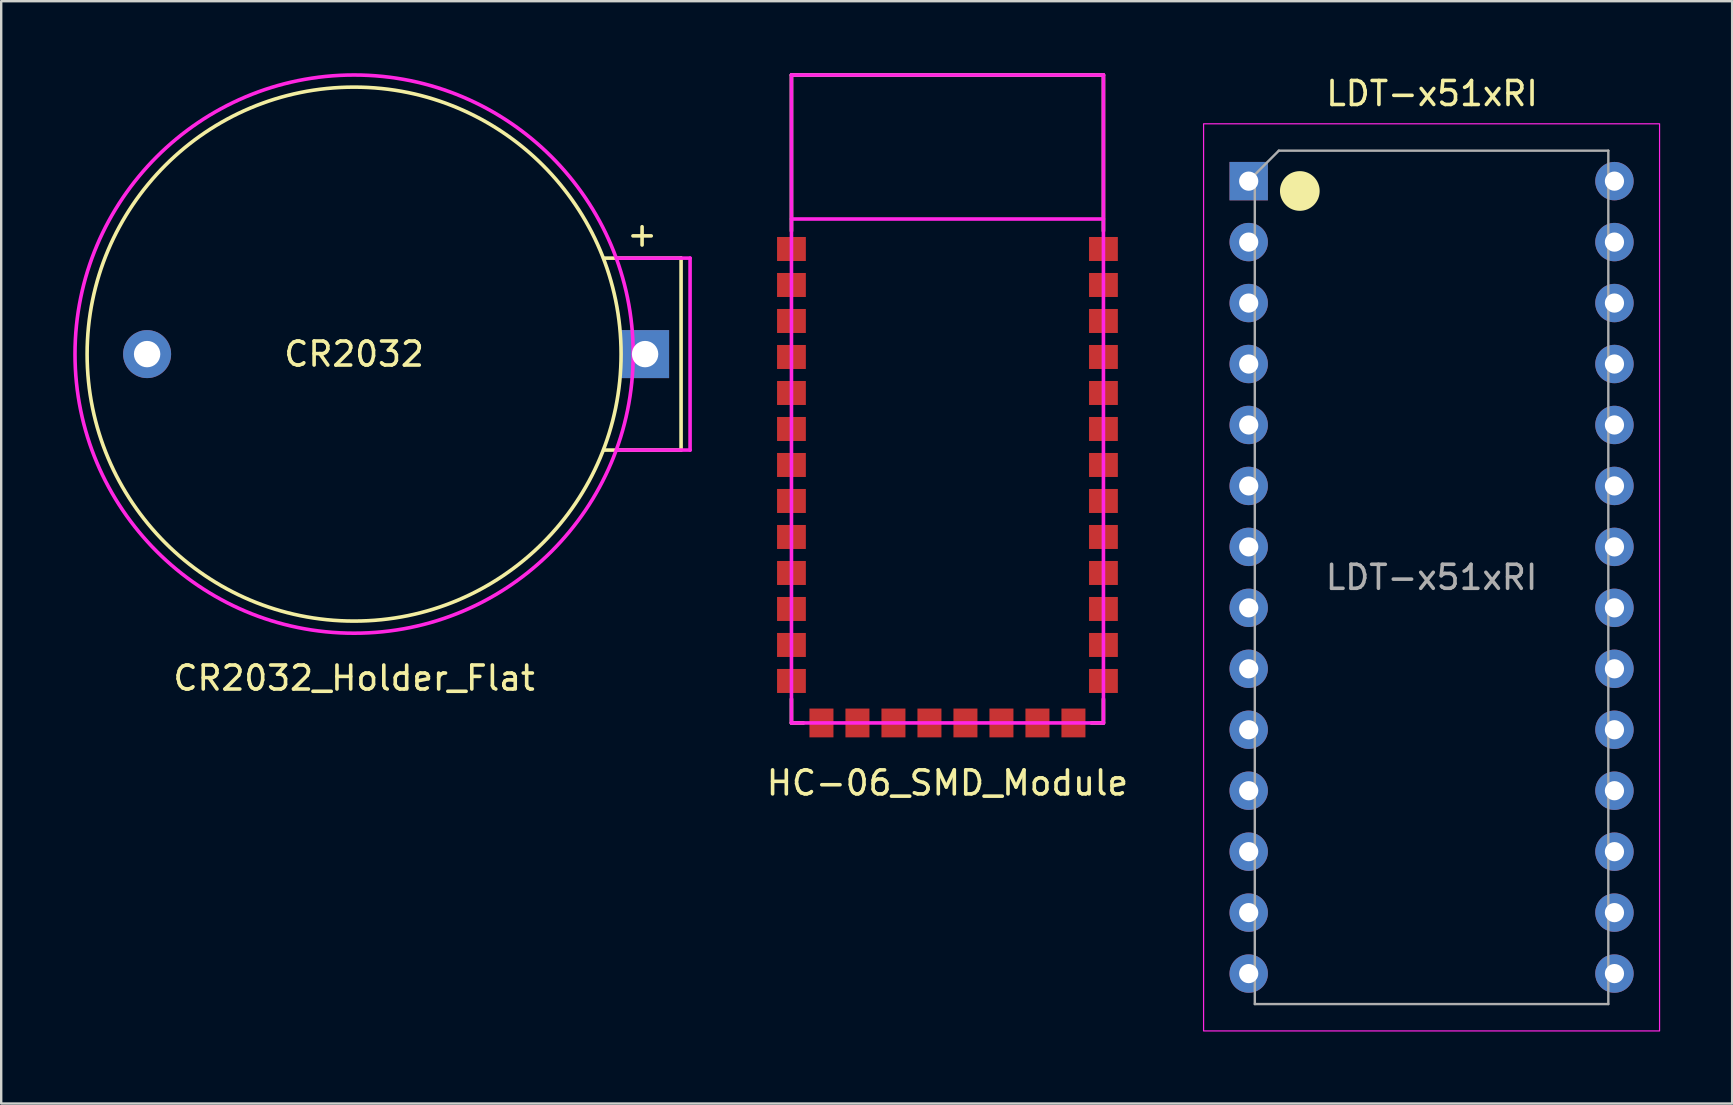
<source format=kicad_pcb>
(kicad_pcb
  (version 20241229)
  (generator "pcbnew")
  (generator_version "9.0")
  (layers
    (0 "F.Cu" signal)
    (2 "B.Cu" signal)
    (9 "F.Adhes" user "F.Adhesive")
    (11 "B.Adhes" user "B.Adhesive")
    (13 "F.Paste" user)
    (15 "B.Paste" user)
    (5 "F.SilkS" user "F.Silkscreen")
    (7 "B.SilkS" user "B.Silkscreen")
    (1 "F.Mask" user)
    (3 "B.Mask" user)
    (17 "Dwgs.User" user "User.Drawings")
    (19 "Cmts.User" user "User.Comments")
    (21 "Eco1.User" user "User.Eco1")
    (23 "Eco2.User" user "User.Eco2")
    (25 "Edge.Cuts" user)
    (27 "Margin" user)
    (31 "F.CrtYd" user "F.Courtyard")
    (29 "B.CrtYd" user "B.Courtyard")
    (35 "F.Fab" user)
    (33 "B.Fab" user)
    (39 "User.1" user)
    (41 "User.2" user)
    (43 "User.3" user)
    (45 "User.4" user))
  (footprint "HC-06_SMD_Module"
    (layer "F.Cu")
    (at 36.429 13.575)
    (property "Reference" "HC-06_SMD_Module" (at 0 16 0) (layer "F.SilkS") (effects (font (size 1 1) (thickness 0.15))))
    (attr through_hole)
    (fp_line (start -6.5 -13.5) (end 6.5 -13.5) (stroke (width 0.15) (type solid)) (layer "F.SilkS"))
    (fp_line (start -6.5 -7) (end -6.5 -13.5) (stroke (width 0.15) (type solid)) (layer "F.SilkS"))
    (fp_line (start -6.5 12.5) (end -6.5 13.5) (stroke (width 0.15) (type solid)) (layer "F.SilkS"))
    (fp_line (start -6.5 13.5) (end -6 13.5) (stroke (width 0.15) (type solid)) (layer "F.SilkS"))
    (fp_line (start 6.5 -13.5) (end 6.5 -7) (stroke (width 0.15) (type solid)) (layer "F.SilkS"))
    (fp_line (start 6.5 12.5) (end 6.5 13.5) (stroke (width 0.15) (type solid)) (layer "F.SilkS"))
    (fp_line (start 6.5 13.5) (end 6 13.5) (stroke (width 0.15) (type solid)) (layer "F.SilkS"))
    (fp_line (start -6.5 -13.5) (end 6.5 -13.5) (stroke (width 0.15) (type solid)) (layer "F.CrtYd"))
    (fp_line (start -6.5 -7.5) (end 6.5 -7.5) (stroke (width 0.15) (type solid)) (layer "F.CrtYd"))
    (fp_line (start -6.5 13.5) (end -6.5 -13.5) (stroke (width 0.15) (type solid)) (layer "F.CrtYd"))
    (fp_line (start 6.5 -13.5) (end 6.5 13.5) (stroke (width 0.15) (type solid)) (layer "F.CrtYd"))
    (fp_line (start 6.5 13.5) (end -6.5 13.5) (stroke (width 0.15) (type solid)) (layer "F.CrtYd"))
    (pad "1" smd rect (at -6.5 -6.25) (size 1.2 1) (layers "F.Cu" "F.Mask" "F.Paste"))
    (pad "2" smd rect (at -6.5 -4.75) (size 1.2 1) (layers "F.Cu" "F.Mask" "F.Paste"))
    (pad "3" smd rect (at -6.5 -3.25) (size 1.2 1) (layers "F.Cu" "F.Mask" "F.Paste"))
    (pad "4" smd rect (at -6.5 -1.75) (size 1.2 1) (layers "F.Cu" "F.Mask" "F.Paste"))
    (pad "5" smd rect (at -6.5 -0.25) (size 1.2 1) (layers "F.Cu" "F.Mask" "F.Paste"))
    (pad "6" smd rect (at -6.5 1.25) (size 1.2 1) (layers "F.Cu" "F.Mask" "F.Paste"))
    (pad "7" smd rect (at -6.5 2.75) (size 1.2 1) (layers "F.Cu" "F.Mask" "F.Paste"))
    (pad "8" smd rect (at -6.5 4.25) (size 1.2 1) (layers "F.Cu" "F.Mask" "F.Paste"))
    (pad "9" smd rect (at -6.5 5.75) (size 1.2 1) (layers "F.Cu" "F.Mask" "F.Paste"))
    (pad "10" smd rect (at -6.5 7.25) (size 1.2 1) (layers "F.Cu" "F.Mask" "F.Paste"))
    (pad "11" smd rect (at -6.5 8.75) (size 1.2 1) (layers "F.Cu" "F.Mask" "F.Paste"))
    (pad "12" smd rect (at -6.5 10.25) (size 1.2 1) (layers "F.Cu" "F.Mask" "F.Paste"))
    (pad "13" smd rect (at -6.5 11.75) (size 1.2 1) (layers "F.Cu" "F.Mask" "F.Paste"))
    (pad "14" smd rect (at -5.25 13.5 90) (size 1.2 1) (layers "F.Cu" "F.Mask" "F.Paste"))
    (pad "15" smd rect (at -3.75 13.5 90) (size 1.2 1) (layers "F.Cu" "F.Mask" "F.Paste"))
    (pad "16" smd rect (at -2.25 13.5 90) (size 1.2 1) (layers "F.Cu" "F.Mask" "F.Paste"))
    (pad "17" smd rect (at -0.75 13.5 90) (size 1.2 1) (layers "F.Cu" "F.Mask" "F.Paste"))
    (pad "18" smd rect (at 0.75 13.5 90) (size 1.2 1) (layers "F.Cu" "F.Mask" "F.Paste"))
    (pad "19" smd rect (at 2.25 13.5 90) (size 1.2 1) (layers "F.Cu" "F.Mask" "F.Paste"))
    (pad "20" smd rect (at 3.75 13.5 90) (size 1.2 1) (layers "F.Cu" "F.Mask" "F.Paste"))
    (pad "21" smd rect (at 5.25 13.5 90) (size 1.2 1) (layers "F.Cu" "F.Mask" "F.Paste"))
    (pad "22" smd rect (at 6.5 11.75) (size 1.2 1) (layers "F.Cu" "F.Mask" "F.Paste"))
    (pad "23" smd rect (at 6.5 10.25) (size 1.2 1) (layers "F.Cu" "F.Mask" "F.Paste"))
    (pad "24" smd rect (at 6.5 8.75) (size 1.2 1) (layers "F.Cu" "F.Mask" "F.Paste"))
    (pad "25" smd rect (at 6.5 7.25) (size 1.2 1) (layers "F.Cu" "F.Mask" "F.Paste"))
    (pad "26" smd rect (at 6.5 5.75) (size 1.2 1) (layers "F.Cu" "F.Mask" "F.Paste"))
    (pad "27" smd rect (at 6.5 4.25) (size 1.2 1) (layers "F.Cu" "F.Mask" "F.Paste"))
    (pad "28" smd rect (at 6.5 2.75) (size 1.2 1) (layers "F.Cu" "F.Mask" "F.Paste"))
    (pad "29" smd rect (at 6.5 1.25) (size 1.2 1) (layers "F.Cu" "F.Mask" "F.Paste"))
    (pad "30" smd rect (at 6.5 -0.25) (size 1.2 1) (layers "F.Cu" "F.Mask" "F.Paste"))
    (pad "31" smd rect (at 6.5 -1.75) (size 1.2 1) (layers "F.Cu" "F.Mask" "F.Paste"))
    (pad "32" smd rect (at 6.5 -3.25) (size 1.2 1) (layers "F.Cu" "F.Mask" "F.Paste"))
    (pad "33" smd rect (at 6.5 -4.75) (size 1.2 1) (layers "F.Cu" "F.Mask" "F.Paste"))
    (pad "34" smd rect (at 6.5 -6.25) (size 1.2 1) (layers "F.Cu" "F.Mask" "F.Paste")))
  (footprint "CR2032_Holder_Flat"
    (layer "F.Cu")
    (at 11.705 11.705)
    (property "Reference" "CR2032_Holder_Flat" (at 0 13.5 0) (layer "F.SilkS") (effects (font (size 1 1) (thickness 0.15))))
    (attr through_hole)
    (fp_line (start 13.625 -4) (end 10.4 -4) (stroke (width 0.15) (type solid)) (layer "F.SilkS"))
    (fp_line (start 13.625 -4) (end 13.625 4) (stroke (width 0.15) (type solid)) (layer "F.SilkS"))
    (fp_line (start 13.625 4) (end 10.4 4) (stroke (width 0.15) (type solid)) (layer "F.SilkS"))
    (fp_circle (center 0 0) (end 11.125 0) (stroke (width 0.15) (type solid)) (fill no) (layer "F.SilkS"))
    (fp_line (start 11 -4) (end 14 -4) (stroke (width 0.15) (type solid)) (layer "F.CrtYd"))
    (fp_line (start 14 -4) (end 14 4) (stroke (width 0.15) (type solid)) (layer "F.CrtYd"))
    (fp_line (start 14 4) (end 11 4) (stroke (width 0.15) (type solid)) (layer "F.CrtYd"))
    (fp_circle (center 0 0) (end 10.5 5) (stroke (width 0.15) (type solid)) (fill no) (layer "F.CrtYd"))
    (fp_text user "+" (at 12 -5 0) (layer "F.SilkS") (effects (font (size 1 1) (thickness 0.15))))
    (fp_text user "CR2032" (at 0 0 0) (layer "F.SilkS") (effects (font (size 1 1) (thickness 0.15))))
    (pad "1" thru_hole rect (at 12.125 0) (size 2 2) (drill 1.1) (layers "*.Cu" "*.Mask"))
    (pad "2" thru_hole circle (at -8.625 0) (size 2 2) (drill 1.1) (layers "*.Cu" "*.Mask")))
  (footprint "LDT-x51xRI"
    (layer "F.Cu")
    (at 48.982 4.498)
    (property "Reference" "LDT-x51xRI" (at 7.64 -3.65 0) (layer "F.SilkS") (effects (font (size 1 1) (thickness 0.15))))
    (attr through_hole)
    (fp_circle (center 2.13 0.41) (end 2.907 0.41) (stroke (width 0.1) (type solid)) (fill yes) (layer "F.SilkS"))
    (fp_rect (start -1.88 -2.39) (end 17.12 35.41) (stroke (width 0.05) (type default)) (fill no) (layer "F.CrtYd"))
    (fp_line (start 0.255 -0.27) (end 1.255 -1.27) (stroke (width 0.1) (type solid)) (layer "F.Fab"))
    (fp_line (start 0.255 34.29) (end 0.255 -0.27) (stroke (width 0.1) (type solid)) (layer "F.Fab"))
    (fp_line (start 1.255 -1.27) (end 14.985 -1.27) (stroke (width 0.1) (type solid)) (layer "F.Fab"))
    (fp_line (start 14.985 -1.27) (end 14.985 34.29) (stroke (width 0.1) (type solid)) (layer "F.Fab"))
    (fp_line (start 14.985 34.29) (end 0.255 34.29) (stroke (width 0.1) (type solid)) (layer "F.Fab"))
    (fp_text user "${REFERENCE}" (at 7.62 16.51 0) (layer "F.Fab") (effects (font (size 1 1) (thickness 0.15))))
    (pad "1" thru_hole rect (at 0 0) (size 1.6 1.6) (drill 0.8) (layers "*.Cu" "*.Mask"))
    (pad "2" thru_hole oval (at 0 2.54) (size 1.6 1.6) (drill 0.8) (layers "*.Cu" "*.Mask"))
    (pad "3" thru_hole oval (at 0 5.08) (size 1.6 1.6) (drill 0.8) (layers "*.Cu" "*.Mask"))
    (pad "4" thru_hole oval (at 0 7.62) (size 1.6 1.6) (drill 0.8) (layers "*.Cu" "*.Mask"))
    (pad "5" thru_hole oval (at 0 10.16) (size 1.6 1.6) (drill 0.8) (layers "*.Cu" "*.Mask"))
    (pad "6" thru_hole oval (at 0 12.7) (size 1.6 1.6) (drill 0.8) (layers "*.Cu" "*.Mask"))
    (pad "7" thru_hole oval (at 0 15.24) (size 1.6 1.6) (drill 0.8) (layers "*.Cu" "*.Mask"))
    (pad "8" thru_hole oval (at 0 17.78) (size 1.6 1.6) (drill 0.8) (layers "*.Cu" "*.Mask"))
    (pad "9" thru_hole oval (at 0 20.32) (size 1.6 1.6) (drill 0.8) (layers "*.Cu" "*.Mask"))
    (pad "10" thru_hole oval (at 0 22.86) (size 1.6 1.6) (drill 0.8) (layers "*.Cu" "*.Mask"))
    (pad "11" thru_hole oval (at 0 25.4) (size 1.6 1.6) (drill 0.8) (layers "*.Cu" "*.Mask"))
    (pad "12" thru_hole oval (at 0 27.94) (size 1.6 1.6) (drill 0.8) (layers "*.Cu" "*.Mask"))
    (pad "13" thru_hole oval (at 0 30.48) (size 1.6 1.6) (drill 0.8) (layers "*.Cu" "*.Mask"))
    (pad "14" thru_hole oval (at 0 33.02) (size 1.6 1.6) (drill 0.8) (layers "*.Cu" "*.Mask"))
    (pad "15" thru_hole oval (at 15.24 33.02) (size 1.6 1.6) (drill 0.8) (layers "*.Cu" "*.Mask"))
    (pad "16" thru_hole oval (at 15.24 30.48) (size 1.6 1.6) (drill 0.8) (layers "*.Cu" "*.Mask"))
    (pad "17" thru_hole oval (at 15.24 27.94) (size 1.6 1.6) (drill 0.8) (layers "*.Cu" "*.Mask"))
    (pad "18" thru_hole oval (at 15.24 25.4) (size 1.6 1.6) (drill 0.8) (layers "*.Cu" "*.Mask"))
    (pad "19" thru_hole oval (at 15.24 22.86) (size 1.6 1.6) (drill 0.8) (layers "*.Cu" "*.Mask"))
    (pad "20" thru_hole oval (at 15.24 20.32) (size 1.6 1.6) (drill 0.8) (layers "*.Cu" "*.Mask"))
    (pad "21" thru_hole oval (at 15.24 17.78) (size 1.6 1.6) (drill 0.8) (layers "*.Cu" "*.Mask"))
    (pad "22" thru_hole oval (at 15.24 15.24) (size 1.6 1.6) (drill 0.8) (layers "*.Cu" "*.Mask"))
    (pad "23" thru_hole oval (at 15.24 12.7) (size 1.6 1.6) (drill 0.8) (layers "*.Cu" "*.Mask"))
    (pad "24" thru_hole oval (at 15.24 10.16) (size 1.6 1.6) (drill 0.8) (layers "*.Cu" "*.Mask"))
    (pad "25" thru_hole oval (at 15.24 7.62) (size 1.6 1.6) (drill 0.8) (layers "*.Cu" "*.Mask"))
    (pad "26" thru_hole oval (at 15.24 5.08) (size 1.6 1.6) (drill 0.8) (layers "*.Cu" "*.Mask"))
    (pad "27" thru_hole oval (at 15.24 2.54) (size 1.6 1.6) (drill 0.8) (layers "*.Cu" "*.Mask"))
    (pad "28" thru_hole oval (at 15.24 0) (size 1.6 1.6) (drill 0.8) (layers "*.Cu" "*.Mask")))
  (gr_rect
    (start -3 -3)
    (end 69.127 42.933)
    (stroke (width 0.1) (type default))
    (fill no)
    (layer "Edge.Cuts")))
</source>
